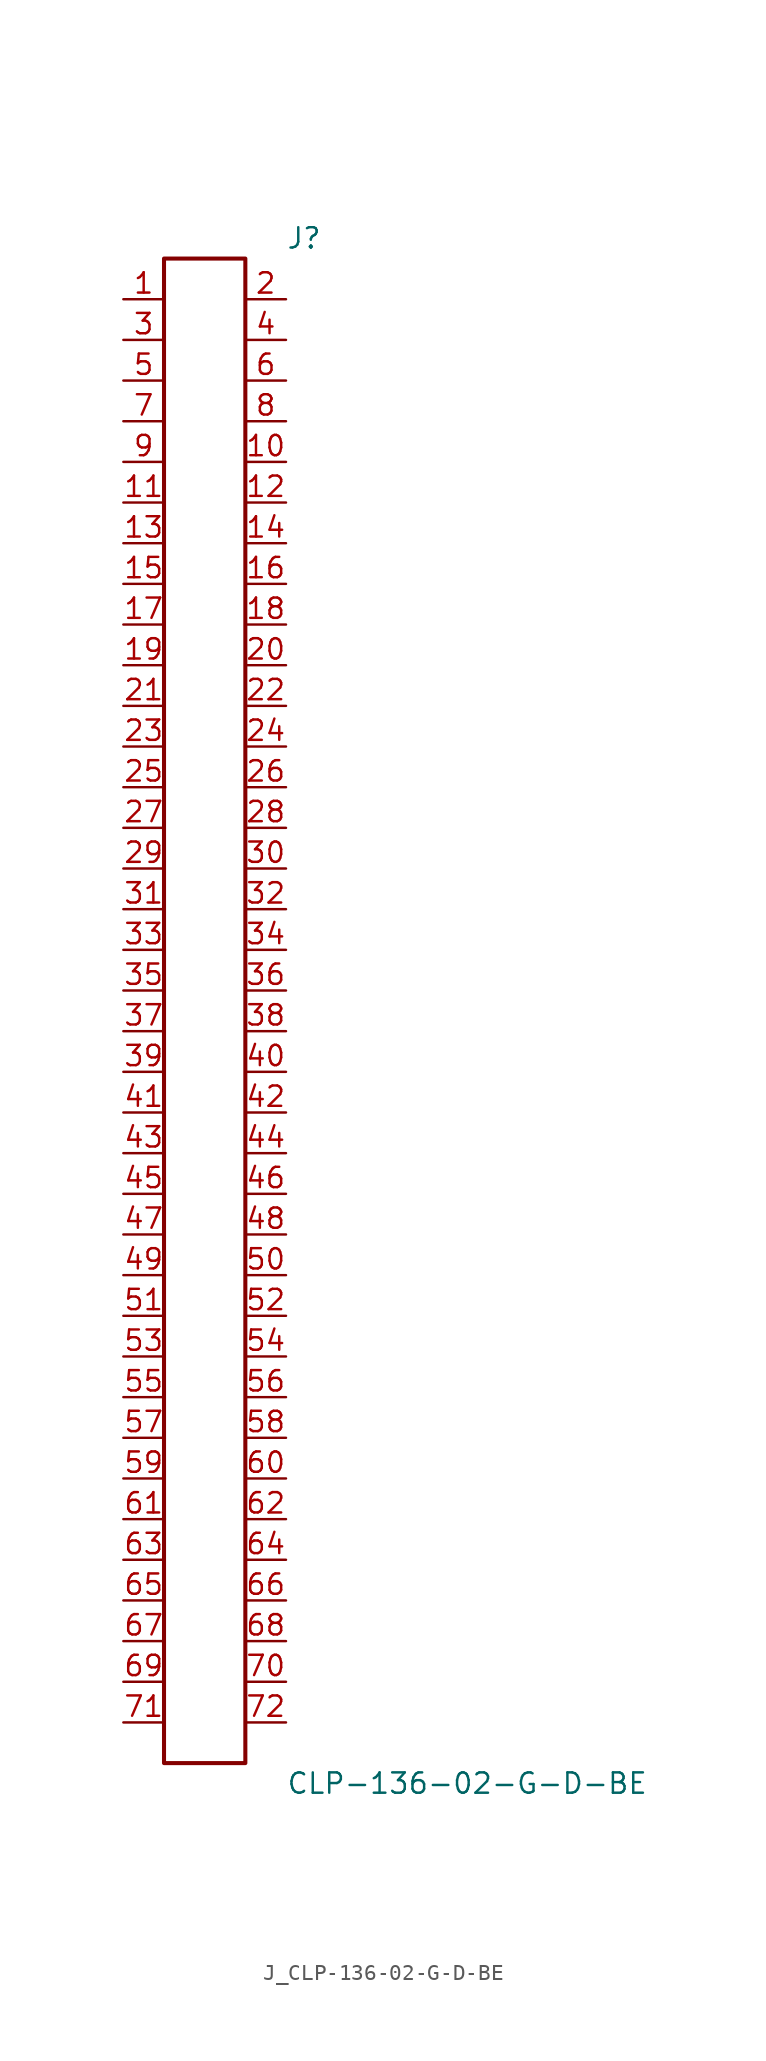
<source format=kicad_sym>
(kicad_symbol_lib
  (version 20231120)
  (generator kicad_symbol_editor)
  (generator_version 8.0)
  (symbol "J_CLP-136-02-G-D-BE"
    (pin_names
      (offset 0.254))
    (property "Reference" "J"
      (at 5.08 48.26 0)
      (effects (font (size 1.27 1.27)) (justify left)))
    (property "Value" "CLP-136-02-G-D-BE"
      (at 5.08 -48.26 0)
      (effects (font (size 1.27 1.27)) (justify left)))
    (symbol "J_CLP-136-02-G-D-BE_0_0"
      (pin passive line (at -5.08 44.45 0) (length 2.54) (name "" (effects (font (size 1.27 1.27)))) (number "1" (effects (font (size 1.27 1.27)))))
      (pin passive line (at 5.08 44.45 180) (length 2.54) (name "" (effects (font (size 1.27 1.27)))) (number "2" (effects (font (size 1.27 1.27)))))
      (pin passive line (at -5.08 41.91 0) (length 2.54) (name "" (effects (font (size 1.27 1.27)))) (number "3" (effects (font (size 1.27 1.27)))))
      (pin passive line (at 5.08 41.91 180) (length 2.54) (name "" (effects (font (size 1.27 1.27)))) (number "4" (effects (font (size 1.27 1.27)))))
      (pin passive line (at -5.08 39.37 0) (length 2.54) (name "" (effects (font (size 1.27 1.27)))) (number "5" (effects (font (size 1.27 1.27)))))
      (pin passive line (at 5.08 39.37 180) (length 2.54) (name "" (effects (font (size 1.27 1.27)))) (number "6" (effects (font (size 1.27 1.27)))))
      (pin passive line (at -5.08 36.83 0) (length 2.54) (name "" (effects (font (size 1.27 1.27)))) (number "7" (effects (font (size 1.27 1.27)))))
      (pin passive line (at 5.08 36.83 180) (length 2.54) (name "" (effects (font (size 1.27 1.27)))) (number "8" (effects (font (size 1.27 1.27)))))
      (pin passive line (at -5.08 34.29 0) (length 2.54) (name "" (effects (font (size 1.27 1.27)))) (number "9" (effects (font (size 1.27 1.27)))))
      (pin passive line (at 5.08 34.29 180) (length 2.54) (name "" (effects (font (size 1.27 1.27)))) (number "10" (effects (font (size 1.27 1.27)))))
      (pin passive line (at -5.08 31.75 0) (length 2.54) (name "" (effects (font (size 1.27 1.27)))) (number "11" (effects (font (size 1.27 1.27)))))
      (pin passive line (at 5.08 31.75 180) (length 2.54) (name "" (effects (font (size 1.27 1.27)))) (number "12" (effects (font (size 1.27 1.27)))))
      (pin passive line (at -5.08 29.21 0) (length 2.54) (name "" (effects (font (size 1.27 1.27)))) (number "13" (effects (font (size 1.27 1.27)))))
      (pin passive line (at 5.08 29.21 180) (length 2.54) (name "" (effects (font (size 1.27 1.27)))) (number "14" (effects (font (size 1.27 1.27)))))
      (pin passive line (at -5.08 26.67 0) (length 2.54) (name "" (effects (font (size 1.27 1.27)))) (number "15" (effects (font (size 1.27 1.27)))))
      (pin passive line (at 5.08 26.67 180) (length 2.54) (name "" (effects (font (size 1.27 1.27)))) (number "16" (effects (font (size 1.27 1.27)))))
      (pin passive line (at -5.08 24.13 0) (length 2.54) (name "" (effects (font (size 1.27 1.27)))) (number "17" (effects (font (size 1.27 1.27)))))
      (pin passive line (at 5.08 24.13 180) (length 2.54) (name "" (effects (font (size 1.27 1.27)))) (number "18" (effects (font (size 1.27 1.27)))))
      (pin passive line (at -5.08 21.59 0) (length 2.54) (name "" (effects (font (size 1.27 1.27)))) (number "19" (effects (font (size 1.27 1.27)))))
      (pin passive line (at 5.08 21.59 180) (length 2.54) (name "" (effects (font (size 1.27 1.27)))) (number "20" (effects (font (size 1.27 1.27)))))
      (pin passive line (at -5.08 19.05 0) (length 2.54) (name "" (effects (font (size 1.27 1.27)))) (number "21" (effects (font (size 1.27 1.27)))))
      (pin passive line (at 5.08 19.05 180) (length 2.54) (name "" (effects (font (size 1.27 1.27)))) (number "22" (effects (font (size 1.27 1.27)))))
      (pin passive line (at -5.08 16.51 0) (length 2.54) (name "" (effects (font (size 1.27 1.27)))) (number "23" (effects (font (size 1.27 1.27)))))
      (pin passive line (at 5.08 16.51 180) (length 2.54) (name "" (effects (font (size 1.27 1.27)))) (number "24" (effects (font (size 1.27 1.27)))))
      (pin passive line (at -5.08 13.97 0) (length 2.54) (name "" (effects (font (size 1.27 1.27)))) (number "25" (effects (font (size 1.27 1.27)))))
      (pin passive line (at 5.08 13.97 180) (length 2.54) (name "" (effects (font (size 1.27 1.27)))) (number "26" (effects (font (size 1.27 1.27)))))
      (pin passive line (at -5.08 11.43 0) (length 2.54) (name "" (effects (font (size 1.27 1.27)))) (number "27" (effects (font (size 1.27 1.27)))))
      (pin passive line (at 5.08 11.43 180) (length 2.54) (name "" (effects (font (size 1.27 1.27)))) (number "28" (effects (font (size 1.27 1.27)))))
      (pin passive line (at -5.08 8.89 0) (length 2.54) (name "" (effects (font (size 1.27 1.27)))) (number "29" (effects (font (size 1.27 1.27)))))
      (pin passive line (at 5.08 8.89 180) (length 2.54) (name "" (effects (font (size 1.27 1.27)))) (number "30" (effects (font (size 1.27 1.27)))))
      (pin passive line (at -5.08 6.35 0) (length 2.54) (name "" (effects (font (size 1.27 1.27)))) (number "31" (effects (font (size 1.27 1.27)))))
      (pin passive line (at 5.08 6.35 180) (length 2.54) (name "" (effects (font (size 1.27 1.27)))) (number "32" (effects (font (size 1.27 1.27)))))
      (pin passive line (at -5.08 3.81 0) (length 2.54) (name "" (effects (font (size 1.27 1.27)))) (number "33" (effects (font (size 1.27 1.27)))))
      (pin passive line (at 5.08 3.81 180) (length 2.54) (name "" (effects (font (size 1.27 1.27)))) (number "34" (effects (font (size 1.27 1.27)))))
      (pin passive line (at -5.08 1.27 0) (length 2.54) (name "" (effects (font (size 1.27 1.27)))) (number "35" (effects (font (size 1.27 1.27)))))
      (pin passive line (at 5.08 1.27 180) (length 2.54) (name "" (effects (font (size 1.27 1.27)))) (number "36" (effects (font (size 1.27 1.27)))))
      (pin passive line (at -5.08 -1.27 0) (length 2.54) (name "" (effects (font (size 1.27 1.27)))) (number "37" (effects (font (size 1.27 1.27)))))
      (pin passive line (at 5.08 -1.27 180) (length 2.54) (name "" (effects (font (size 1.27 1.27)))) (number "38" (effects (font (size 1.27 1.27)))))
      (pin passive line (at -5.08 -3.81 0) (length 2.54) (name "" (effects (font (size 1.27 1.27)))) (number "39" (effects (font (size 1.27 1.27)))))
      (pin passive line (at 5.08 -3.81 180) (length 2.54) (name "" (effects (font (size 1.27 1.27)))) (number "40" (effects (font (size 1.27 1.27)))))
      (pin passive line (at -5.08 -6.35 0) (length 2.54) (name "" (effects (font (size 1.27 1.27)))) (number "41" (effects (font (size 1.27 1.27)))))
      (pin passive line (at 5.08 -6.35 180) (length 2.54) (name "" (effects (font (size 1.27 1.27)))) (number "42" (effects (font (size 1.27 1.27)))))
      (pin passive line (at -5.08 -8.89 0) (length 2.54) (name "" (effects (font (size 1.27 1.27)))) (number "43" (effects (font (size 1.27 1.27)))))
      (pin passive line (at 5.08 -8.89 180) (length 2.54) (name "" (effects (font (size 1.27 1.27)))) (number "44" (effects (font (size 1.27 1.27)))))
      (pin passive line (at -5.08 -11.43 0) (length 2.54) (name "" (effects (font (size 1.27 1.27)))) (number "45" (effects (font (size 1.27 1.27)))))
      (pin passive line (at 5.08 -11.43 180) (length 2.54) (name "" (effects (font (size 1.27 1.27)))) (number "46" (effects (font (size 1.27 1.27)))))
      (pin passive line (at -5.08 -13.97 0) (length 2.54) (name "" (effects (font (size 1.27 1.27)))) (number "47" (effects (font (size 1.27 1.27)))))
      (pin passive line (at 5.08 -13.97 180) (length 2.54) (name "" (effects (font (size 1.27 1.27)))) (number "48" (effects (font (size 1.27 1.27)))))
      (pin passive line (at -5.08 -16.51 0) (length 2.54) (name "" (effects (font (size 1.27 1.27)))) (number "49" (effects (font (size 1.27 1.27)))))
      (pin passive line (at 5.08 -16.51 180) (length 2.54) (name "" (effects (font (size 1.27 1.27)))) (number "50" (effects (font (size 1.27 1.27)))))
      (pin passive line (at -5.08 -19.05 0) (length 2.54) (name "" (effects (font (size 1.27 1.27)))) (number "51" (effects (font (size 1.27 1.27)))))
      (pin passive line (at 5.08 -19.05 180) (length 2.54) (name "" (effects (font (size 1.27 1.27)))) (number "52" (effects (font (size 1.27 1.27)))))
      (pin passive line (at -5.08 -21.59 0) (length 2.54) (name "" (effects (font (size 1.27 1.27)))) (number "53" (effects (font (size 1.27 1.27)))))
      (pin passive line (at 5.08 -21.59 180) (length 2.54) (name "" (effects (font (size 1.27 1.27)))) (number "54" (effects (font (size 1.27 1.27)))))
      (pin passive line (at -5.08 -24.13 0) (length 2.54) (name "" (effects (font (size 1.27 1.27)))) (number "55" (effects (font (size 1.27 1.27)))))
      (pin passive line (at 5.08 -24.13 180) (length 2.54) (name "" (effects (font (size 1.27 1.27)))) (number "56" (effects (font (size 1.27 1.27)))))
      (pin passive line (at -5.08 -26.67 0) (length 2.54) (name "" (effects (font (size 1.27 1.27)))) (number "57" (effects (font (size 1.27 1.27)))))
      (pin passive line (at 5.08 -26.67 180) (length 2.54) (name "" (effects (font (size 1.27 1.27)))) (number "58" (effects (font (size 1.27 1.27)))))
      (pin passive line (at -5.08 -29.21 0) (length 2.54) (name "" (effects (font (size 1.27 1.27)))) (number "59" (effects (font (size 1.27 1.27)))))
      (pin passive line (at 5.08 -29.21 180) (length 2.54) (name "" (effects (font (size 1.27 1.27)))) (number "60" (effects (font (size 1.27 1.27)))))
      (pin passive line (at -5.08 -31.75 0) (length 2.54) (name "" (effects (font (size 1.27 1.27)))) (number "61" (effects (font (size 1.27 1.27)))))
      (pin passive line (at 5.08 -31.75 180) (length 2.54) (name "" (effects (font (size 1.27 1.27)))) (number "62" (effects (font (size 1.27 1.27)))))
      (pin passive line (at -5.08 -34.29 0) (length 2.54) (name "" (effects (font (size 1.27 1.27)))) (number "63" (effects (font (size 1.27 1.27)))))
      (pin passive line (at 5.08 -34.29 180) (length 2.54) (name "" (effects (font (size 1.27 1.27)))) (number "64" (effects (font (size 1.27 1.27)))))
      (pin passive line (at -5.08 -36.83 0) (length 2.54) (name "" (effects (font (size 1.27 1.27)))) (number "65" (effects (font (size 1.27 1.27)))))
      (pin passive line (at 5.08 -36.83 180) (length 2.54) (name "" (effects (font (size 1.27 1.27)))) (number "66" (effects (font (size 1.27 1.27)))))
      (pin passive line (at -5.08 -39.37 0) (length 2.54) (name "" (effects (font (size 1.27 1.27)))) (number "67" (effects (font (size 1.27 1.27)))))
      (pin passive line (at 5.08 -39.37 180) (length 2.54) (name "" (effects (font (size 1.27 1.27)))) (number "68" (effects (font (size 1.27 1.27)))))
      (pin passive line (at -5.08 -41.91 0) (length 2.54) (name "" (effects (font (size 1.27 1.27)))) (number "69" (effects (font (size 1.27 1.27)))))
      (pin passive line (at 5.08 -41.91 180) (length 2.54) (name "" (effects (font (size 1.27 1.27)))) (number "70" (effects (font (size 1.27 1.27)))))
      (pin passive line (at -5.08 -44.45 0) (length 2.54) (name "" (effects (font (size 1.27 1.27)))) (number "71" (effects (font (size 1.27 1.27)))))
      (pin passive line (at 5.08 -44.45 180) (length 2.54) (name "" (effects (font (size 1.27 1.27)))) (number "72" (effects (font (size 1.27 1.27))))))
    (symbol "J_CLP-136-02-G-D-BE_1_0"
      (rectangle (start -2.54 46.99) (end 2.54 -46.99) (stroke (width 0.254) (type solid)) (fill (type none))))))
</source>
